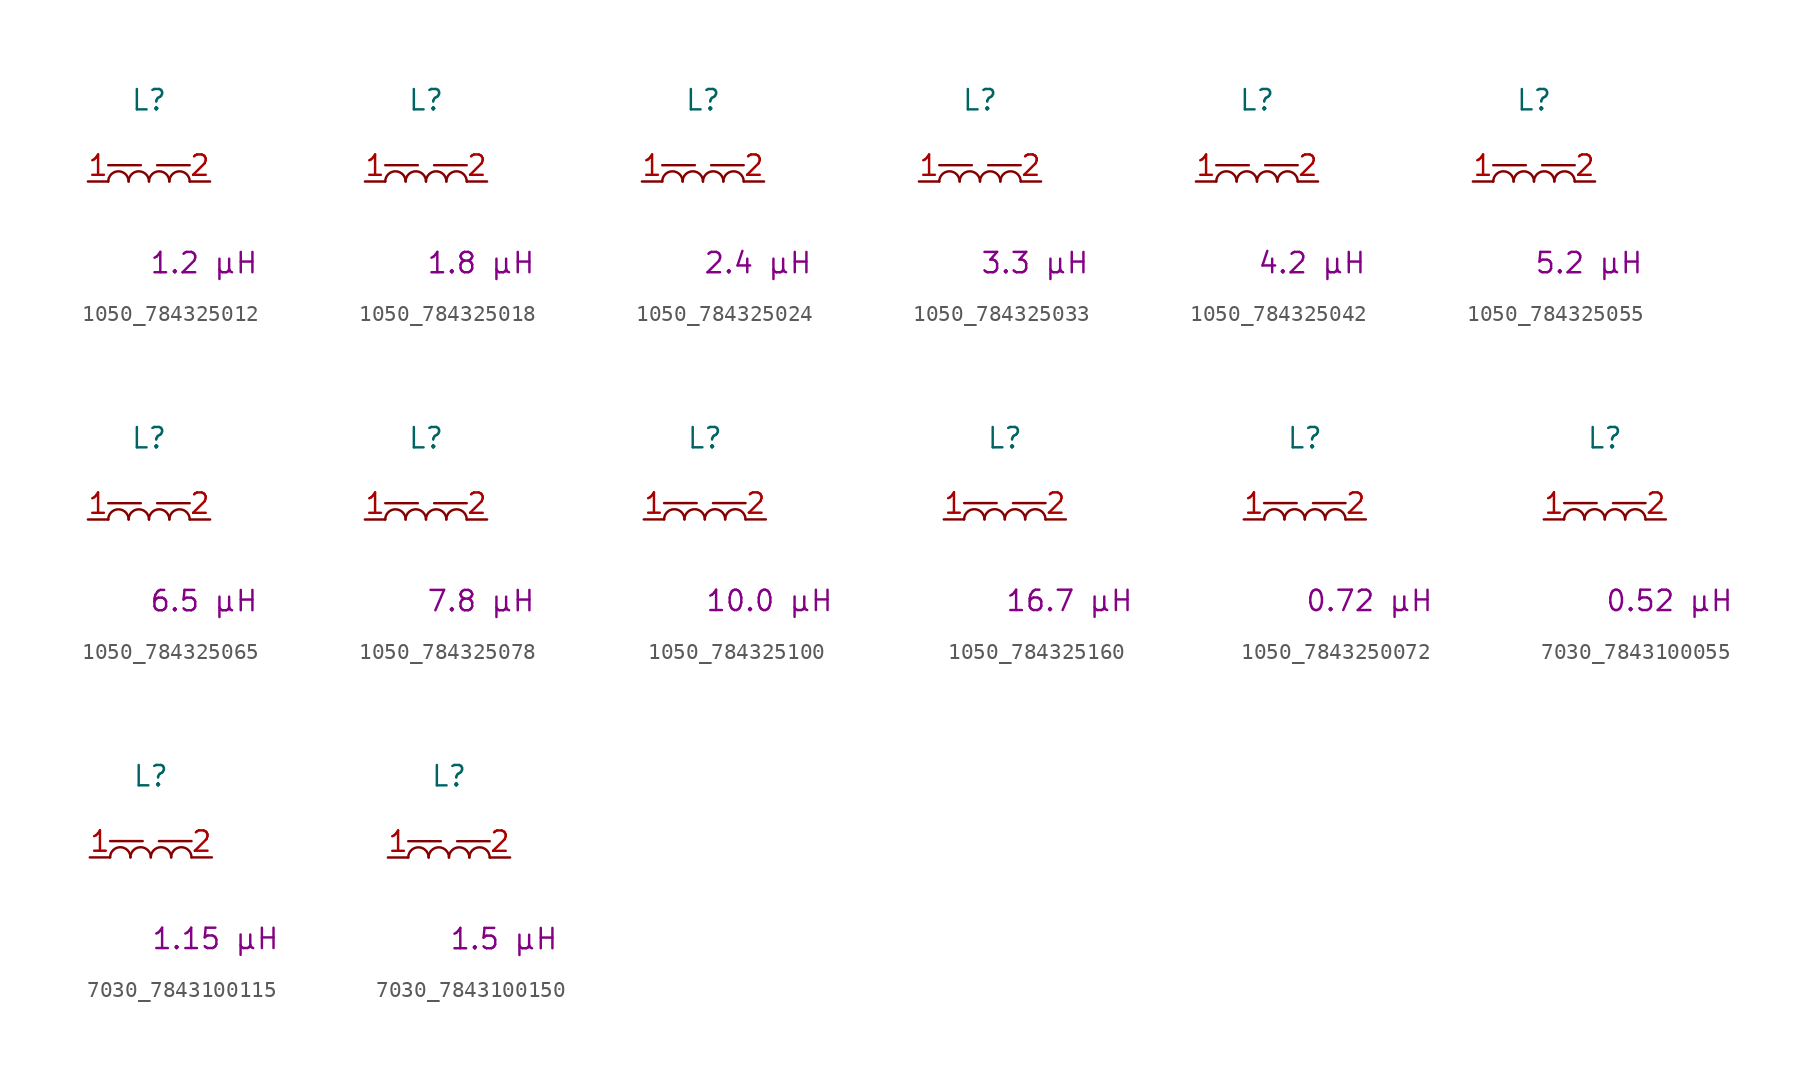
<source format=kicad_sym>
(kicad_symbol_lib
  (version 20220914)
  (generator kicad_symbol_editor)
  (symbol "1050_784325012"
    (pin_names hide)
    (property "Reference" "L"
      (at 0 5.08 0)
      (effects (font (size 1.27 1.27))))
    (property "Critical Parameter" "1.2 µH"
      (at 0 -5.08 0)
      (effects (font (size 1.27 1.27)) (justify left)))
    (symbol "1050_784325012_0_1"
      (arc (start -1.27 0) (mid -1.905 0.6323) (end -2.54 0) (stroke (width 0) (type default)) (fill (type none)))
      (arc (start 0 0) (mid -0.635 0.6323) (end -1.27 0) (stroke (width 0) (type default)) (fill (type none)))
      (polyline (pts (xy -2.54 1.016) (xy -0.508 1.016)) (stroke (width 0) (type default)) (fill (type none)))
      (arc (start 1.27 0) (mid 0.635 0.6323) (end 0 0) (stroke (width 0) (type default)) (fill (type none)))
      (arc (start 2.54 0) (mid 1.905 0.6323) (end 1.27 0) (stroke (width 0) (type default)) (fill (type none))))
    (symbol "1050_784325012_1_1"
      (polyline (pts (xy 2.54 1.016) (xy 0.508 1.016)) (stroke (width 0) (type default)) (fill (type none)))
      (pin passive line (at -3.81 0 0) (length 1.27) (name "1" (effects (font (size 1.27 1.27)))) (number "1" (effects (font (size 1.27 1.27)))))
      (pin passive line (at 3.81 0 180) (length 1.27) (name "2" (effects (font (size 1.27 1.27)))) (number "2" (effects (font (size 1.27 1.27)))))))
  (symbol "1050_784325018"
    (pin_names hide)
    (property "Reference" "L"
      (at 0 5.08 0)
      (effects (font (size 1.27 1.27))))
    (property "Critical Parameter" "1.8 µH"
      (at 0 -5.08 0)
      (effects (font (size 1.27 1.27)) (justify left)))
    (symbol "1050_784325018_0_1"
      (arc (start -1.27 0) (mid -1.905 0.6323) (end -2.54 0) (stroke (width 0) (type default)) (fill (type none)))
      (arc (start 0 0) (mid -0.635 0.6323) (end -1.27 0) (stroke (width 0) (type default)) (fill (type none)))
      (polyline (pts (xy -2.54 1.016) (xy -0.508 1.016)) (stroke (width 0) (type default)) (fill (type none)))
      (arc (start 1.27 0) (mid 0.635 0.6323) (end 0 0) (stroke (width 0) (type default)) (fill (type none)))
      (arc (start 2.54 0) (mid 1.905 0.6323) (end 1.27 0) (stroke (width 0) (type default)) (fill (type none))))
    (symbol "1050_784325018_1_1"
      (polyline (pts (xy 2.54 1.016) (xy 0.508 1.016)) (stroke (width 0) (type default)) (fill (type none)))
      (pin passive line (at -3.81 0 0) (length 1.27) (name "1" (effects (font (size 1.27 1.27)))) (number "1" (effects (font (size 1.27 1.27)))))
      (pin passive line (at 3.81 0 180) (length 1.27) (name "2" (effects (font (size 1.27 1.27)))) (number "2" (effects (font (size 1.27 1.27)))))))
  (symbol "1050_784325024"
    (pin_names hide)
    (property "Reference" "L"
      (at 0 5.08 0)
      (effects (font (size 1.27 1.27))))
    (property "Critical Parameter" "2.4 µH"
      (at 0 -5.08 0)
      (effects (font (size 1.27 1.27)) (justify left)))
    (symbol "1050_784325024_0_1"
      (arc (start -1.27 0) (mid -1.905 0.6323) (end -2.54 0) (stroke (width 0) (type default)) (fill (type none)))
      (arc (start 0 0) (mid -0.635 0.6323) (end -1.27 0) (stroke (width 0) (type default)) (fill (type none)))
      (polyline (pts (xy -2.54 1.016) (xy -0.508 1.016)) (stroke (width 0) (type default)) (fill (type none)))
      (arc (start 1.27 0) (mid 0.635 0.6323) (end 0 0) (stroke (width 0) (type default)) (fill (type none)))
      (arc (start 2.54 0) (mid 1.905 0.6323) (end 1.27 0) (stroke (width 0) (type default)) (fill (type none))))
    (symbol "1050_784325024_1_1"
      (polyline (pts (xy 2.54 1.016) (xy 0.508 1.016)) (stroke (width 0) (type default)) (fill (type none)))
      (pin passive line (at -3.81 0 0) (length 1.27) (name "1" (effects (font (size 1.27 1.27)))) (number "1" (effects (font (size 1.27 1.27)))))
      (pin passive line (at 3.81 0 180) (length 1.27) (name "2" (effects (font (size 1.27 1.27)))) (number "2" (effects (font (size 1.27 1.27)))))))
  (symbol "1050_784325033"
    (pin_names hide)
    (property "Reference" "L"
      (at 0 5.08 0)
      (effects (font (size 1.27 1.27))))
    (property "Critical Parameter" "3.3 µH"
      (at 0 -5.08 0)
      (effects (font (size 1.27 1.27)) (justify left)))
    (symbol "1050_784325033_0_1"
      (arc (start -1.27 0) (mid -1.905 0.6323) (end -2.54 0) (stroke (width 0) (type default)) (fill (type none)))
      (arc (start 0 0) (mid -0.635 0.6323) (end -1.27 0) (stroke (width 0) (type default)) (fill (type none)))
      (polyline (pts (xy -2.54 1.016) (xy -0.508 1.016)) (stroke (width 0) (type default)) (fill (type none)))
      (arc (start 1.27 0) (mid 0.635 0.6323) (end 0 0) (stroke (width 0) (type default)) (fill (type none)))
      (arc (start 2.54 0) (mid 1.905 0.6323) (end 1.27 0) (stroke (width 0) (type default)) (fill (type none))))
    (symbol "1050_784325033_1_1"
      (polyline (pts (xy 2.54 1.016) (xy 0.508 1.016)) (stroke (width 0) (type default)) (fill (type none)))
      (pin passive line (at -3.81 0 0) (length 1.27) (name "1" (effects (font (size 1.27 1.27)))) (number "1" (effects (font (size 1.27 1.27)))))
      (pin passive line (at 3.81 0 180) (length 1.27) (name "2" (effects (font (size 1.27 1.27)))) (number "2" (effects (font (size 1.27 1.27)))))))
  (symbol "1050_784325042"
    (pin_names hide)
    (property "Reference" "L"
      (at 0 5.08 0)
      (effects (font (size 1.27 1.27))))
    (property "Critical Parameter" "4.2 µH"
      (at 0 -5.08 0)
      (effects (font (size 1.27 1.27)) (justify left)))
    (symbol "1050_784325042_0_1"
      (arc (start -1.27 0) (mid -1.905 0.6323) (end -2.54 0) (stroke (width 0) (type default)) (fill (type none)))
      (arc (start 0 0) (mid -0.635 0.6323) (end -1.27 0) (stroke (width 0) (type default)) (fill (type none)))
      (polyline (pts (xy -2.54 1.016) (xy -0.508 1.016)) (stroke (width 0) (type default)) (fill (type none)))
      (arc (start 1.27 0) (mid 0.635 0.6323) (end 0 0) (stroke (width 0) (type default)) (fill (type none)))
      (arc (start 2.54 0) (mid 1.905 0.6323) (end 1.27 0) (stroke (width 0) (type default)) (fill (type none))))
    (symbol "1050_784325042_1_1"
      (polyline (pts (xy 2.54 1.016) (xy 0.508 1.016)) (stroke (width 0) (type default)) (fill (type none)))
      (pin passive line (at -3.81 0 0) (length 1.27) (name "1" (effects (font (size 1.27 1.27)))) (number "1" (effects (font (size 1.27 1.27)))))
      (pin passive line (at 3.81 0 180) (length 1.27) (name "2" (effects (font (size 1.27 1.27)))) (number "2" (effects (font (size 1.27 1.27)))))))
  (symbol "1050_784325055"
    (pin_names hide)
    (property "Reference" "L"
      (at 0 5.08 0)
      (effects (font (size 1.27 1.27))))
    (property "Critical Parameter" "5.2 µH"
      (at 0 -5.08 0)
      (effects (font (size 1.27 1.27)) (justify left)))
    (symbol "1050_784325055_0_1"
      (arc (start -1.27 0) (mid -1.905 0.6323) (end -2.54 0) (stroke (width 0) (type default)) (fill (type none)))
      (arc (start 0 0) (mid -0.635 0.6323) (end -1.27 0) (stroke (width 0) (type default)) (fill (type none)))
      (polyline (pts (xy -2.54 1.016) (xy -0.508 1.016)) (stroke (width 0) (type default)) (fill (type none)))
      (arc (start 1.27 0) (mid 0.635 0.6323) (end 0 0) (stroke (width 0) (type default)) (fill (type none)))
      (arc (start 2.54 0) (mid 1.905 0.6323) (end 1.27 0) (stroke (width 0) (type default)) (fill (type none))))
    (symbol "1050_784325055_1_1"
      (polyline (pts (xy 2.54 1.016) (xy 0.508 1.016)) (stroke (width 0) (type default)) (fill (type none)))
      (pin passive line (at -3.81 0 0) (length 1.27) (name "1" (effects (font (size 1.27 1.27)))) (number "1" (effects (font (size 1.27 1.27)))))
      (pin passive line (at 3.81 0 180) (length 1.27) (name "2" (effects (font (size 1.27 1.27)))) (number "2" (effects (font (size 1.27 1.27)))))))
  (symbol "1050_784325065"
    (pin_names hide)
    (property "Reference" "L"
      (at 0 5.08 0)
      (effects (font (size 1.27 1.27))))
    (property "Critical Parameter" "6.5 µH"
      (at 0 -5.08 0)
      (effects (font (size 1.27 1.27)) (justify left)))
    (symbol "1050_784325065_0_1"
      (arc (start -1.27 0) (mid -1.905 0.6323) (end -2.54 0) (stroke (width 0) (type default)) (fill (type none)))
      (arc (start 0 0) (mid -0.635 0.6323) (end -1.27 0) (stroke (width 0) (type default)) (fill (type none)))
      (polyline (pts (xy -2.54 1.016) (xy -0.508 1.016)) (stroke (width 0) (type default)) (fill (type none)))
      (arc (start 1.27 0) (mid 0.635 0.6323) (end 0 0) (stroke (width 0) (type default)) (fill (type none)))
      (arc (start 2.54 0) (mid 1.905 0.6323) (end 1.27 0) (stroke (width 0) (type default)) (fill (type none))))
    (symbol "1050_784325065_1_1"
      (polyline (pts (xy 2.54 1.016) (xy 0.508 1.016)) (stroke (width 0) (type default)) (fill (type none)))
      (pin passive line (at -3.81 0 0) (length 1.27) (name "1" (effects (font (size 1.27 1.27)))) (number "1" (effects (font (size 1.27 1.27)))))
      (pin passive line (at 3.81 0 180) (length 1.27) (name "2" (effects (font (size 1.27 1.27)))) (number "2" (effects (font (size 1.27 1.27)))))))
  (symbol "1050_784325078"
    (pin_names hide)
    (property "Reference" "L"
      (at 0 5.08 0)
      (effects (font (size 1.27 1.27))))
    (property "Critical Parameter" "7.8 µH"
      (at 0 -5.08 0)
      (effects (font (size 1.27 1.27)) (justify left)))
    (symbol "1050_784325078_0_1"
      (arc (start -1.27 0) (mid -1.905 0.6323) (end -2.54 0) (stroke (width 0) (type default)) (fill (type none)))
      (arc (start 0 0) (mid -0.635 0.6323) (end -1.27 0) (stroke (width 0) (type default)) (fill (type none)))
      (polyline (pts (xy -2.54 1.016) (xy -0.508 1.016)) (stroke (width 0) (type default)) (fill (type none)))
      (arc (start 1.27 0) (mid 0.635 0.6323) (end 0 0) (stroke (width 0) (type default)) (fill (type none)))
      (arc (start 2.54 0) (mid 1.905 0.6323) (end 1.27 0) (stroke (width 0) (type default)) (fill (type none))))
    (symbol "1050_784325078_1_1"
      (polyline (pts (xy 2.54 1.016) (xy 0.508 1.016)) (stroke (width 0) (type default)) (fill (type none)))
      (pin passive line (at -3.81 0 0) (length 1.27) (name "1" (effects (font (size 1.27 1.27)))) (number "1" (effects (font (size 1.27 1.27)))))
      (pin passive line (at 3.81 0 180) (length 1.27) (name "2" (effects (font (size 1.27 1.27)))) (number "2" (effects (font (size 1.27 1.27)))))))
  (symbol "1050_784325100"
    (pin_names hide)
    (property "Reference" "L"
      (at 0 5.08 0)
      (effects (font (size 1.27 1.27))))
    (property "Critical Parameter" "10.0 µH"
      (at 0 -5.08 0)
      (effects (font (size 1.27 1.27)) (justify left)))
    (symbol "1050_784325100_0_1"
      (arc (start -1.27 0) (mid -1.905 0.6323) (end -2.54 0) (stroke (width 0) (type default)) (fill (type none)))
      (arc (start 0 0) (mid -0.635 0.6323) (end -1.27 0) (stroke (width 0) (type default)) (fill (type none)))
      (polyline (pts (xy -2.54 1.016) (xy -0.508 1.016)) (stroke (width 0) (type default)) (fill (type none)))
      (arc (start 1.27 0) (mid 0.635 0.6323) (end 0 0) (stroke (width 0) (type default)) (fill (type none)))
      (arc (start 2.54 0) (mid 1.905 0.6323) (end 1.27 0) (stroke (width 0) (type default)) (fill (type none))))
    (symbol "1050_784325100_1_1"
      (polyline (pts (xy 2.54 1.016) (xy 0.508 1.016)) (stroke (width 0) (type default)) (fill (type none)))
      (pin passive line (at -3.81 0 0) (length 1.27) (name "1" (effects (font (size 1.27 1.27)))) (number "1" (effects (font (size 1.27 1.27)))))
      (pin passive line (at 3.81 0 180) (length 1.27) (name "2" (effects (font (size 1.27 1.27)))) (number "2" (effects (font (size 1.27 1.27)))))))
  (symbol "1050_784325160"
    (pin_names hide)
    (property "Reference" "L"
      (at 0 5.08 0)
      (effects (font (size 1.27 1.27))))
    (property "Critical Parameter" "16.7 µH"
      (at 0 -5.08 0)
      (effects (font (size 1.27 1.27)) (justify left)))
    (symbol "1050_784325160_0_1"
      (arc (start -1.27 0) (mid -1.905 0.6323) (end -2.54 0) (stroke (width 0) (type default)) (fill (type none)))
      (arc (start 0 0) (mid -0.635 0.6323) (end -1.27 0) (stroke (width 0) (type default)) (fill (type none)))
      (polyline (pts (xy -2.54 1.016) (xy -0.508 1.016)) (stroke (width 0) (type default)) (fill (type none)))
      (arc (start 1.27 0) (mid 0.635 0.6323) (end 0 0) (stroke (width 0) (type default)) (fill (type none)))
      (arc (start 2.54 0) (mid 1.905 0.6323) (end 1.27 0) (stroke (width 0) (type default)) (fill (type none))))
    (symbol "1050_784325160_1_1"
      (polyline (pts (xy 2.54 1.016) (xy 0.508 1.016)) (stroke (width 0) (type default)) (fill (type none)))
      (pin passive line (at -3.81 0 0) (length 1.27) (name "1" (effects (font (size 1.27 1.27)))) (number "1" (effects (font (size 1.27 1.27)))))
      (pin passive line (at 3.81 0 180) (length 1.27) (name "2" (effects (font (size 1.27 1.27)))) (number "2" (effects (font (size 1.27 1.27)))))))
  (symbol "1050_7843250072"
    (pin_names hide)
    (property "Reference" "L"
      (at 0 5.08 0)
      (effects (font (size 1.27 1.27))))
    (property "Critical Parameter" "0.72 µH"
      (at 0 -5.08 0)
      (effects (font (size 1.27 1.27)) (justify left)))
    (symbol "1050_7843250072_0_1"
      (arc (start -1.27 0) (mid -1.905 0.6323) (end -2.54 0) (stroke (width 0) (type default)) (fill (type none)))
      (arc (start 0 0) (mid -0.635 0.6323) (end -1.27 0) (stroke (width 0) (type default)) (fill (type none)))
      (polyline (pts (xy -2.54 1.016) (xy -0.508 1.016)) (stroke (width 0) (type default)) (fill (type none)))
      (arc (start 1.27 0) (mid 0.635 0.6323) (end 0 0) (stroke (width 0) (type default)) (fill (type none)))
      (arc (start 2.54 0) (mid 1.905 0.6323) (end 1.27 0) (stroke (width 0) (type default)) (fill (type none))))
    (symbol "1050_7843250072_1_1"
      (polyline (pts (xy 2.54 1.016) (xy 0.508 1.016)) (stroke (width 0) (type default)) (fill (type none)))
      (pin passive line (at -3.81 0 0) (length 1.27) (name "1" (effects (font (size 1.27 1.27)))) (number "1" (effects (font (size 1.27 1.27)))))
      (pin passive line (at 3.81 0 180) (length 1.27) (name "2" (effects (font (size 1.27 1.27)))) (number "2" (effects (font (size 1.27 1.27)))))))
  (symbol "7030_7843100055"
    (pin_names hide)
    (property "Reference" "L"
      (at 0 5.08 0)
      (effects (font (size 1.27 1.27))))
    (property "Critical Parameter" "0.52 µH"
      (at 0 -5.08 0)
      (effects (font (size 1.27 1.27)) (justify left)))
    (symbol "7030_7843100055_0_1"
      (arc (start -1.27 0) (mid -1.905 0.6323) (end -2.54 0) (stroke (width 0) (type default)) (fill (type none)))
      (arc (start 0 0) (mid -0.635 0.6323) (end -1.27 0) (stroke (width 0) (type default)) (fill (type none)))
      (polyline (pts (xy -2.54 1.016) (xy -0.508 1.016)) (stroke (width 0) (type default)) (fill (type none)))
      (arc (start 1.27 0) (mid 0.635 0.6323) (end 0 0) (stroke (width 0) (type default)) (fill (type none)))
      (arc (start 2.54 0) (mid 1.905 0.6323) (end 1.27 0) (stroke (width 0) (type default)) (fill (type none))))
    (symbol "7030_7843100055_1_1"
      (polyline (pts (xy 2.54 1.016) (xy 0.508 1.016)) (stroke (width 0) (type default)) (fill (type none)))
      (pin passive line (at -3.81 0 0) (length 1.27) (name "1" (effects (font (size 1.27 1.27)))) (number "1" (effects (font (size 1.27 1.27)))))
      (pin passive line (at 3.81 0 180) (length 1.27) (name "2" (effects (font (size 1.27 1.27)))) (number "2" (effects (font (size 1.27 1.27)))))))
  (symbol "7030_7843100115"
    (pin_names hide)
    (property "Reference" "L"
      (at 0 5.08 0)
      (effects (font (size 1.27 1.27))))
    (property "Critical Parameter" "1.15 µH"
      (at 0 -5.08 0)
      (effects (font (size 1.27 1.27)) (justify left)))
    (symbol "7030_7843100115_0_1"
      (arc (start -1.27 0) (mid -1.905 0.6323) (end -2.54 0) (stroke (width 0) (type default)) (fill (type none)))
      (arc (start 0 0) (mid -0.635 0.6323) (end -1.27 0) (stroke (width 0) (type default)) (fill (type none)))
      (polyline (pts (xy -2.54 1.016) (xy -0.508 1.016)) (stroke (width 0) (type default)) (fill (type none)))
      (arc (start 1.27 0) (mid 0.635 0.6323) (end 0 0) (stroke (width 0) (type default)) (fill (type none)))
      (arc (start 2.54 0) (mid 1.905 0.6323) (end 1.27 0) (stroke (width 0) (type default)) (fill (type none))))
    (symbol "7030_7843100115_1_1"
      (polyline (pts (xy 2.54 1.016) (xy 0.508 1.016)) (stroke (width 0) (type default)) (fill (type none)))
      (pin passive line (at -3.81 0 0) (length 1.27) (name "1" (effects (font (size 1.27 1.27)))) (number "1" (effects (font (size 1.27 1.27)))))
      (pin passive line (at 3.81 0 180) (length 1.27) (name "2" (effects (font (size 1.27 1.27)))) (number "2" (effects (font (size 1.27 1.27)))))))
  (symbol "7030_7843100150"
    (pin_names hide)
    (property "Reference" "L"
      (at 0 5.08 0)
      (effects (font (size 1.27 1.27))))
    (property "Critical Parameter" "1.5 µH"
      (at 0 -5.08 0)
      (effects (font (size 1.27 1.27)) (justify left)))
    (symbol "7030_7843100150_0_1"
      (arc (start -1.27 0) (mid -1.905 0.6323) (end -2.54 0) (stroke (width 0) (type default)) (fill (type none)))
      (arc (start 0 0) (mid -0.635 0.6323) (end -1.27 0) (stroke (width 0) (type default)) (fill (type none)))
      (polyline (pts (xy -2.54 1.016) (xy -0.508 1.016)) (stroke (width 0) (type default)) (fill (type none)))
      (arc (start 1.27 0) (mid 0.635 0.6323) (end 0 0) (stroke (width 0) (type default)) (fill (type none)))
      (arc (start 2.54 0) (mid 1.905 0.6323) (end 1.27 0) (stroke (width 0) (type default)) (fill (type none))))
    (symbol "7030_7843100150_1_1"
      (polyline (pts (xy 2.54 1.016) (xy 0.508 1.016)) (stroke (width 0) (type default)) (fill (type none)))
      (pin passive line (at -3.81 0 0) (length 1.27) (name "1" (effects (font (size 1.27 1.27)))) (number "1" (effects (font (size 1.27 1.27)))))
      (pin passive line (at 3.81 0 180) (length 1.27) (name "2" (effects (font (size 1.27 1.27)))) (number "2" (effects (font (size 1.27 1.27))))))))
</source>
